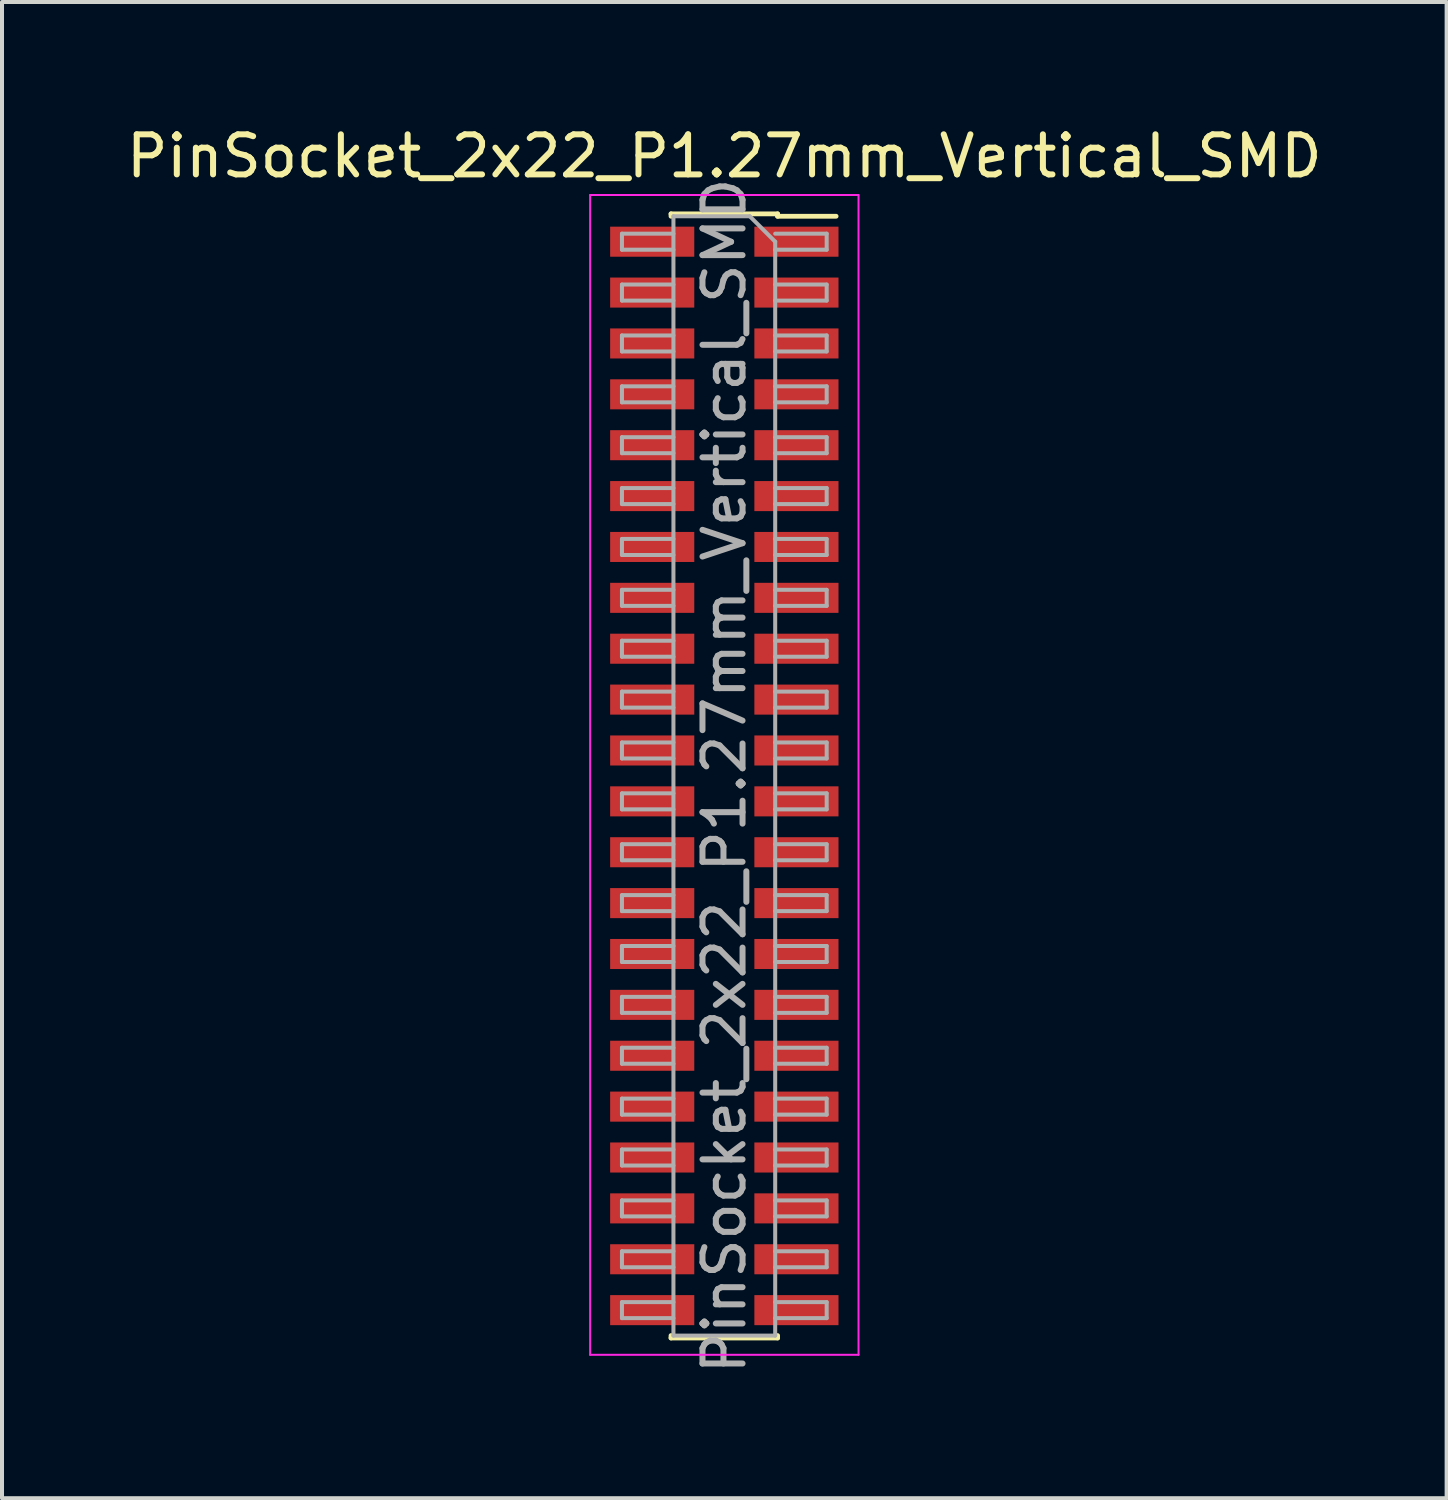
<source format=kicad_pcb>
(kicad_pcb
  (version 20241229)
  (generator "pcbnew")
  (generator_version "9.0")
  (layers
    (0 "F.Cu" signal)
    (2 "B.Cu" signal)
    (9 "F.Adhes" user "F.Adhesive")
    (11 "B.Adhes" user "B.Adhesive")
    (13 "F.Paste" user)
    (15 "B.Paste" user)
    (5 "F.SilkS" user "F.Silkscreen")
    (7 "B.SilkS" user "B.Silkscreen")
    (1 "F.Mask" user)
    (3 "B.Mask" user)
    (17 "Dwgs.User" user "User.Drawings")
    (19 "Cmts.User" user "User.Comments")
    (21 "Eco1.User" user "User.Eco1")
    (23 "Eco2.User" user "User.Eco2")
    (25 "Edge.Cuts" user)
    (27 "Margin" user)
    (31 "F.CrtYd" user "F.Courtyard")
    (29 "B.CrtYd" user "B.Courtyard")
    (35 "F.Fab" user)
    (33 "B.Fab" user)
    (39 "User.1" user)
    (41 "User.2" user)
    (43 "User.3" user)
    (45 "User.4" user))
  (footprint "PinSocket_2x22_P1.27mm_Vertical_SMD"
    (layer "F.Cu")
    (at 15.03 16.318)
    (property "Reference" "PinSocket_2x22_P1.27mm_Vertical_SMD" (at 0 -15.47 0) (layer "F.SilkS") (effects (font (size 1 1) (thickness 0.15))))
    (attr smd)
    (fp_line (start -1.33 -14.03) (end -1.33 -13.97) (stroke (width 0.12) (type solid)) (layer "F.SilkS"))
    (fp_line (start -1.33 -14.03) (end 1.33 -14.03) (stroke (width 0.12) (type solid)) (layer "F.SilkS"))
    (fp_line (start -1.33 13.97) (end -1.33 14.03) (stroke (width 0.12) (type solid)) (layer "F.SilkS"))
    (fp_line (start -1.33 14.03) (end 1.33 14.03) (stroke (width 0.12) (type solid)) (layer "F.SilkS"))
    (fp_line (start 1.33 -14.03) (end 1.33 -13.97) (stroke (width 0.12) (type solid)) (layer "F.SilkS"))
    (fp_line (start 1.33 -13.97) (end 2.79 -13.97) (stroke (width 0.12) (type solid)) (layer "F.SilkS"))
    (fp_line (start 1.33 13.97) (end 1.33 14.03) (stroke (width 0.12) (type solid)) (layer "F.SilkS"))
    (fp_line (start -3.35 -14.5) (end 3.35 -14.5) (stroke (width 0.05) (type solid)) (layer "F.CrtYd"))
    (fp_line (start -3.35 14.45) (end -3.35 -14.5) (stroke (width 0.05) (type solid)) (layer "F.CrtYd"))
    (fp_line (start 3.35 -14.5) (end 3.35 14.45) (stroke (width 0.05) (type solid)) (layer "F.CrtYd"))
    (fp_line (start 3.35 14.45) (end -3.35 14.45) (stroke (width 0.05) (type solid)) (layer "F.CrtYd"))
    (fp_line (start -2.555 -13.535) (end -1.27 -13.535) (stroke (width 0.1) (type solid)) (layer "F.Fab"))
    (fp_line (start -2.555 -13.135) (end -2.555 -13.535) (stroke (width 0.1) (type solid)) (layer "F.Fab"))
    (fp_line (start -2.555 -12.265) (end -1.27 -12.265) (stroke (width 0.1) (type solid)) (layer "F.Fab"))
    (fp_line (start -2.555 -11.865) (end -2.555 -12.265) (stroke (width 0.1) (type solid)) (layer "F.Fab"))
    (fp_line (start -2.555 -10.995) (end -1.27 -10.995) (stroke (width 0.1) (type solid)) (layer "F.Fab"))
    (fp_line (start -2.555 -10.595) (end -2.555 -10.995) (stroke (width 0.1) (type solid)) (layer "F.Fab"))
    (fp_line (start -2.555 -9.725) (end -1.27 -9.725) (stroke (width 0.1) (type solid)) (layer "F.Fab"))
    (fp_line (start -2.555 -9.325) (end -2.555 -9.725) (stroke (width 0.1) (type solid)) (layer "F.Fab"))
    (fp_line (start -2.555 -8.455) (end -1.27 -8.455) (stroke (width 0.1) (type solid)) (layer "F.Fab"))
    (fp_line (start -2.555 -8.055) (end -2.555 -8.455) (stroke (width 0.1) (type solid)) (layer "F.Fab"))
    (fp_line (start -2.555 -7.185) (end -1.27 -7.185) (stroke (width 0.1) (type solid)) (layer "F.Fab"))
    (fp_line (start -2.555 -6.785) (end -2.555 -7.185) (stroke (width 0.1) (type solid)) (layer "F.Fab"))
    (fp_line (start -2.555 -5.915) (end -1.27 -5.915) (stroke (width 0.1) (type solid)) (layer "F.Fab"))
    (fp_line (start -2.555 -5.515) (end -2.555 -5.915) (stroke (width 0.1) (type solid)) (layer "F.Fab"))
    (fp_line (start -2.555 -4.645) (end -1.27 -4.645) (stroke (width 0.1) (type solid)) (layer "F.Fab"))
    (fp_line (start -2.555 -4.245) (end -2.555 -4.645) (stroke (width 0.1) (type solid)) (layer "F.Fab"))
    (fp_line (start -2.555 -3.375) (end -1.27 -3.375) (stroke (width 0.1) (type solid)) (layer "F.Fab"))
    (fp_line (start -2.555 -2.975) (end -2.555 -3.375) (stroke (width 0.1) (type solid)) (layer "F.Fab"))
    (fp_line (start -2.555 -2.105) (end -1.27 -2.105) (stroke (width 0.1) (type solid)) (layer "F.Fab"))
    (fp_line (start -2.555 -1.705) (end -2.555 -2.105) (stroke (width 0.1) (type solid)) (layer "F.Fab"))
    (fp_line (start -2.555 -0.835) (end -1.27 -0.835) (stroke (width 0.1) (type solid)) (layer "F.Fab"))
    (fp_line (start -2.555 -0.435) (end -2.555 -0.835) (stroke (width 0.1) (type solid)) (layer "F.Fab"))
    (fp_line (start -2.555 0.435) (end -1.27 0.435) (stroke (width 0.1) (type solid)) (layer "F.Fab"))
    (fp_line (start -2.555 0.835) (end -2.555 0.435) (stroke (width 0.1) (type solid)) (layer "F.Fab"))
    (fp_line (start -2.555 1.705) (end -1.27 1.705) (stroke (width 0.1) (type solid)) (layer "F.Fab"))
    (fp_line (start -2.555 2.105) (end -2.555 1.705) (stroke (width 0.1) (type solid)) (layer "F.Fab"))
    (fp_line (start -2.555 2.975) (end -1.27 2.975) (stroke (width 0.1) (type solid)) (layer "F.Fab"))
    (fp_line (start -2.555 3.375) (end -2.555 2.975) (stroke (width 0.1) (type solid)) (layer "F.Fab"))
    (fp_line (start -2.555 4.245) (end -1.27 4.245) (stroke (width 0.1) (type solid)) (layer "F.Fab"))
    (fp_line (start -2.555 4.645) (end -2.555 4.245) (stroke (width 0.1) (type solid)) (layer "F.Fab"))
    (fp_line (start -2.555 5.515) (end -1.27 5.515) (stroke (width 0.1) (type solid)) (layer "F.Fab"))
    (fp_line (start -2.555 5.915) (end -2.555 5.515) (stroke (width 0.1) (type solid)) (layer "F.Fab"))
    (fp_line (start -2.555 6.785) (end -1.27 6.785) (stroke (width 0.1) (type solid)) (layer "F.Fab"))
    (fp_line (start -2.555 7.185) (end -2.555 6.785) (stroke (width 0.1) (type solid)) (layer "F.Fab"))
    (fp_line (start -2.555 8.055) (end -1.27 8.055) (stroke (width 0.1) (type solid)) (layer "F.Fab"))
    (fp_line (start -2.555 8.455) (end -2.555 8.055) (stroke (width 0.1) (type solid)) (layer "F.Fab"))
    (fp_line (start -2.555 9.325) (end -1.27 9.325) (stroke (width 0.1) (type solid)) (layer "F.Fab"))
    (fp_line (start -2.555 9.725) (end -2.555 9.325) (stroke (width 0.1) (type solid)) (layer "F.Fab"))
    (fp_line (start -2.555 10.595) (end -1.27 10.595) (stroke (width 0.1) (type solid)) (layer "F.Fab"))
    (fp_line (start -2.555 10.995) (end -2.555 10.595) (stroke (width 0.1) (type solid)) (layer "F.Fab"))
    (fp_line (start -2.555 11.865) (end -1.27 11.865) (stroke (width 0.1) (type solid)) (layer "F.Fab"))
    (fp_line (start -2.555 12.265) (end -2.555 11.865) (stroke (width 0.1) (type solid)) (layer "F.Fab"))
    (fp_line (start -2.555 13.135) (end -1.27 13.135) (stroke (width 0.1) (type solid)) (layer "F.Fab"))
    (fp_line (start -2.555 13.535) (end -2.555 13.135) (stroke (width 0.1) (type solid)) (layer "F.Fab"))
    (fp_line (start -1.27 -13.97) (end 0.635 -13.97) (stroke (width 0.1) (type solid)) (layer "F.Fab"))
    (fp_line (start -1.27 -13.135) (end -2.555 -13.135) (stroke (width 0.1) (type solid)) (layer "F.Fab"))
    (fp_line (start -1.27 -11.865) (end -2.555 -11.865) (stroke (width 0.1) (type solid)) (layer "F.Fab"))
    (fp_line (start -1.27 -10.595) (end -2.555 -10.595) (stroke (width 0.1) (type solid)) (layer "F.Fab"))
    (fp_line (start -1.27 -9.325) (end -2.555 -9.325) (stroke (width 0.1) (type solid)) (layer "F.Fab"))
    (fp_line (start -1.27 -8.055) (end -2.555 -8.055) (stroke (width 0.1) (type solid)) (layer "F.Fab"))
    (fp_line (start -1.27 -6.785) (end -2.555 -6.785) (stroke (width 0.1) (type solid)) (layer "F.Fab"))
    (fp_line (start -1.27 -5.515) (end -2.555 -5.515) (stroke (width 0.1) (type solid)) (layer "F.Fab"))
    (fp_line (start -1.27 -4.245) (end -2.555 -4.245) (stroke (width 0.1) (type solid)) (layer "F.Fab"))
    (fp_line (start -1.27 -2.975) (end -2.555 -2.975) (stroke (width 0.1) (type solid)) (layer "F.Fab"))
    (fp_line (start -1.27 -1.705) (end -2.555 -1.705) (stroke (width 0.1) (type solid)) (layer "F.Fab"))
    (fp_line (start -1.27 -0.435) (end -2.555 -0.435) (stroke (width 0.1) (type solid)) (layer "F.Fab"))
    (fp_line (start -1.27 0.835) (end -2.555 0.835) (stroke (width 0.1) (type solid)) (layer "F.Fab"))
    (fp_line (start -1.27 2.105) (end -2.555 2.105) (stroke (width 0.1) (type solid)) (layer "F.Fab"))
    (fp_line (start -1.27 3.375) (end -2.555 3.375) (stroke (width 0.1) (type solid)) (layer "F.Fab"))
    (fp_line (start -1.27 4.645) (end -2.555 4.645) (stroke (width 0.1) (type solid)) (layer "F.Fab"))
    (fp_line (start -1.27 5.915) (end -2.555 5.915) (stroke (width 0.1) (type solid)) (layer "F.Fab"))
    (fp_line (start -1.27 7.185) (end -2.555 7.185) (stroke (width 0.1) (type solid)) (layer "F.Fab"))
    (fp_line (start -1.27 8.455) (end -2.555 8.455) (stroke (width 0.1) (type solid)) (layer "F.Fab"))
    (fp_line (start -1.27 9.725) (end -2.555 9.725) (stroke (width 0.1) (type solid)) (layer "F.Fab"))
    (fp_line (start -1.27 10.995) (end -2.555 10.995) (stroke (width 0.1) (type solid)) (layer "F.Fab"))
    (fp_line (start -1.27 12.265) (end -2.555 12.265) (stroke (width 0.1) (type solid)) (layer "F.Fab"))
    (fp_line (start -1.27 13.535) (end -2.555 13.535) (stroke (width 0.1) (type solid)) (layer "F.Fab"))
    (fp_line (start -1.27 13.97) (end -1.27 -13.97) (stroke (width 0.1) (type solid)) (layer "F.Fab"))
    (fp_line (start 0.635 -13.97) (end 1.27 -13.335) (stroke (width 0.1) (type solid)) (layer "F.Fab"))
    (fp_line (start 1.27 -13.535) (end 2.555 -13.535) (stroke (width 0.1) (type solid)) (layer "F.Fab"))
    (fp_line (start 1.27 -13.335) (end 1.27 13.97) (stroke (width 0.1) (type solid)) (layer "F.Fab"))
    (fp_line (start 1.27 -12.265) (end 2.555 -12.265) (stroke (width 0.1) (type solid)) (layer "F.Fab"))
    (fp_line (start 1.27 -10.995) (end 2.555 -10.995) (stroke (width 0.1) (type solid)) (layer "F.Fab"))
    (fp_line (start 1.27 -9.725) (end 2.555 -9.725) (stroke (width 0.1) (type solid)) (layer "F.Fab"))
    (fp_line (start 1.27 -8.455) (end 2.555 -8.455) (stroke (width 0.1) (type solid)) (layer "F.Fab"))
    (fp_line (start 1.27 -7.185) (end 2.555 -7.185) (stroke (width 0.1) (type solid)) (layer "F.Fab"))
    (fp_line (start 1.27 -5.915) (end 2.555 -5.915) (stroke (width 0.1) (type solid)) (layer "F.Fab"))
    (fp_line (start 1.27 -4.645) (end 2.555 -4.645) (stroke (width 0.1) (type solid)) (layer "F.Fab"))
    (fp_line (start 1.27 -3.375) (end 2.555 -3.375) (stroke (width 0.1) (type solid)) (layer "F.Fab"))
    (fp_line (start 1.27 -2.105) (end 2.555 -2.105) (stroke (width 0.1) (type solid)) (layer "F.Fab"))
    (fp_line (start 1.27 -0.835) (end 2.555 -0.835) (stroke (width 0.1) (type solid)) (layer "F.Fab"))
    (fp_line (start 1.27 0.435) (end 2.555 0.435) (stroke (width 0.1) (type solid)) (layer "F.Fab"))
    (fp_line (start 1.27 1.705) (end 2.555 1.705) (stroke (width 0.1) (type solid)) (layer "F.Fab"))
    (fp_line (start 1.27 2.975) (end 2.555 2.975) (stroke (width 0.1) (type solid)) (layer "F.Fab"))
    (fp_line (start 1.27 4.245) (end 2.555 4.245) (stroke (width 0.1) (type solid)) (layer "F.Fab"))
    (fp_line (start 1.27 5.515) (end 2.555 5.515) (stroke (width 0.1) (type solid)) (layer "F.Fab"))
    (fp_line (start 1.27 6.785) (end 2.555 6.785) (stroke (width 0.1) (type solid)) (layer "F.Fab"))
    (fp_line (start 1.27 8.055) (end 2.555 8.055) (stroke (width 0.1) (type solid)) (layer "F.Fab"))
    (fp_line (start 1.27 9.325) (end 2.555 9.325) (stroke (width 0.1) (type solid)) (layer "F.Fab"))
    (fp_line (start 1.27 10.595) (end 2.555 10.595) (stroke (width 0.1) (type solid)) (layer "F.Fab"))
    (fp_line (start 1.27 11.865) (end 2.555 11.865) (stroke (width 0.1) (type solid)) (layer "F.Fab"))
    (fp_line (start 1.27 13.135) (end 2.555 13.135) (stroke (width 0.1) (type solid)) (layer "F.Fab"))
    (fp_line (start 1.27 13.97) (end -1.27 13.97) (stroke (width 0.1) (type solid)) (layer "F.Fab"))
    (fp_line (start 2.555 -13.535) (end 2.555 -13.135) (stroke (width 0.1) (type solid)) (layer "F.Fab"))
    (fp_line (start 2.555 -13.135) (end 1.27 -13.135) (stroke (width 0.1) (type solid)) (layer "F.Fab"))
    (fp_line (start 2.555 -12.265) (end 2.555 -11.865) (stroke (width 0.1) (type solid)) (layer "F.Fab"))
    (fp_line (start 2.555 -11.865) (end 1.27 -11.865) (stroke (width 0.1) (type solid)) (layer "F.Fab"))
    (fp_line (start 2.555 -10.995) (end 2.555 -10.595) (stroke (width 0.1) (type solid)) (layer "F.Fab"))
    (fp_line (start 2.555 -10.595) (end 1.27 -10.595) (stroke (width 0.1) (type solid)) (layer "F.Fab"))
    (fp_line (start 2.555 -9.725) (end 2.555 -9.325) (stroke (width 0.1) (type solid)) (layer "F.Fab"))
    (fp_line (start 2.555 -9.325) (end 1.27 -9.325) (stroke (width 0.1) (type solid)) (layer "F.Fab"))
    (fp_line (start 2.555 -8.455) (end 2.555 -8.055) (stroke (width 0.1) (type solid)) (layer "F.Fab"))
    (fp_line (start 2.555 -8.055) (end 1.27 -8.055) (stroke (width 0.1) (type solid)) (layer "F.Fab"))
    (fp_line (start 2.555 -7.185) (end 2.555 -6.785) (stroke (width 0.1) (type solid)) (layer "F.Fab"))
    (fp_line (start 2.555 -6.785) (end 1.27 -6.785) (stroke (width 0.1) (type solid)) (layer "F.Fab"))
    (fp_line (start 2.555 -5.915) (end 2.555 -5.515) (stroke (width 0.1) (type solid)) (layer "F.Fab"))
    (fp_line (start 2.555 -5.515) (end 1.27 -5.515) (stroke (width 0.1) (type solid)) (layer "F.Fab"))
    (fp_line (start 2.555 -4.645) (end 2.555 -4.245) (stroke (width 0.1) (type solid)) (layer "F.Fab"))
    (fp_line (start 2.555 -4.245) (end 1.27 -4.245) (stroke (width 0.1) (type solid)) (layer "F.Fab"))
    (fp_line (start 2.555 -3.375) (end 2.555 -2.975) (stroke (width 0.1) (type solid)) (layer "F.Fab"))
    (fp_line (start 2.555 -2.975) (end 1.27 -2.975) (stroke (width 0.1) (type solid)) (layer "F.Fab"))
    (fp_line (start 2.555 -2.105) (end 2.555 -1.705) (stroke (width 0.1) (type solid)) (layer "F.Fab"))
    (fp_line (start 2.555 -1.705) (end 1.27 -1.705) (stroke (width 0.1) (type solid)) (layer "F.Fab"))
    (fp_line (start 2.555 -0.835) (end 2.555 -0.435) (stroke (width 0.1) (type solid)) (layer "F.Fab"))
    (fp_line (start 2.555 -0.435) (end 1.27 -0.435) (stroke (width 0.1) (type solid)) (layer "F.Fab"))
    (fp_line (start 2.555 0.435) (end 2.555 0.835) (stroke (width 0.1) (type solid)) (layer "F.Fab"))
    (fp_line (start 2.555 0.835) (end 1.27 0.835) (stroke (width 0.1) (type solid)) (layer "F.Fab"))
    (fp_line (start 2.555 1.705) (end 2.555 2.105) (stroke (width 0.1) (type solid)) (layer "F.Fab"))
    (fp_line (start 2.555 2.105) (end 1.27 2.105) (stroke (width 0.1) (type solid)) (layer "F.Fab"))
    (fp_line (start 2.555 2.975) (end 2.555 3.375) (stroke (width 0.1) (type solid)) (layer "F.Fab"))
    (fp_line (start 2.555 3.375) (end 1.27 3.375) (stroke (width 0.1) (type solid)) (layer "F.Fab"))
    (fp_line (start 2.555 4.245) (end 2.555 4.645) (stroke (width 0.1) (type solid)) (layer "F.Fab"))
    (fp_line (start 2.555 4.645) (end 1.27 4.645) (stroke (width 0.1) (type solid)) (layer "F.Fab"))
    (fp_line (start 2.555 5.515) (end 2.555 5.915) (stroke (width 0.1) (type solid)) (layer "F.Fab"))
    (fp_line (start 2.555 5.915) (end 1.27 5.915) (stroke (width 0.1) (type solid)) (layer "F.Fab"))
    (fp_line (start 2.555 6.785) (end 2.555 7.185) (stroke (width 0.1) (type solid)) (layer "F.Fab"))
    (fp_line (start 2.555 7.185) (end 1.27 7.185) (stroke (width 0.1) (type solid)) (layer "F.Fab"))
    (fp_line (start 2.555 8.055) (end 2.555 8.455) (stroke (width 0.1) (type solid)) (layer "F.Fab"))
    (fp_line (start 2.555 8.455) (end 1.27 8.455) (stroke (width 0.1) (type solid)) (layer "F.Fab"))
    (fp_line (start 2.555 9.325) (end 2.555 9.725) (stroke (width 0.1) (type solid)) (layer "F.Fab"))
    (fp_line (start 2.555 9.725) (end 1.27 9.725) (stroke (width 0.1) (type solid)) (layer "F.Fab"))
    (fp_line (start 2.555 10.595) (end 2.555 10.995) (stroke (width 0.1) (type solid)) (layer "F.Fab"))
    (fp_line (start 2.555 10.995) (end 1.27 10.995) (stroke (width 0.1) (type solid)) (layer "F.Fab"))
    (fp_line (start 2.555 11.865) (end 2.555 12.265) (stroke (width 0.1) (type solid)) (layer "F.Fab"))
    (fp_line (start 2.555 12.265) (end 1.27 12.265) (stroke (width 0.1) (type solid)) (layer "F.Fab"))
    (fp_line (start 2.555 13.135) (end 2.555 13.535) (stroke (width 0.1) (type solid)) (layer "F.Fab"))
    (fp_line (start 2.555 13.535) (end 1.27 13.535) (stroke (width 0.1) (type solid)) (layer "F.Fab"))
    (fp_text user "${REFERENCE}" (at 0 0 90) (layer "F.Fab") (effects (font (size 1 1) (thickness 0.15))))
    (pad "1" smd rect (at 1.8 -13.335) (size 2.1 0.75) (layers "F.Cu" "F.Mask" "F.Paste"))
    (pad "2" smd rect (at -1.8 -13.335) (size 2.1 0.75) (layers "F.Cu" "F.Mask" "F.Paste"))
    (pad "3" smd rect (at 1.8 -12.065) (size 2.1 0.75) (layers "F.Cu" "F.Mask" "F.Paste"))
    (pad "4" smd rect (at -1.8 -12.065) (size 2.1 0.75) (layers "F.Cu" "F.Mask" "F.Paste"))
    (pad "5" smd rect (at 1.8 -10.795) (size 2.1 0.75) (layers "F.Cu" "F.Mask" "F.Paste"))
    (pad "6" smd rect (at -1.8 -10.795) (size 2.1 0.75) (layers "F.Cu" "F.Mask" "F.Paste"))
    (pad "7" smd rect (at 1.8 -9.525) (size 2.1 0.75) (layers "F.Cu" "F.Mask" "F.Paste"))
    (pad "8" smd rect (at -1.8 -9.525) (size 2.1 0.75) (layers "F.Cu" "F.Mask" "F.Paste"))
    (pad "9" smd rect (at 1.8 -8.255) (size 2.1 0.75) (layers "F.Cu" "F.Mask" "F.Paste"))
    (pad "10" smd rect (at -1.8 -8.255) (size 2.1 0.75) (layers "F.Cu" "F.Mask" "F.Paste"))
    (pad "11" smd rect (at 1.8 -6.985) (size 2.1 0.75) (layers "F.Cu" "F.Mask" "F.Paste"))
    (pad "12" smd rect (at -1.8 -6.985) (size 2.1 0.75) (layers "F.Cu" "F.Mask" "F.Paste"))
    (pad "13" smd rect (at 1.8 -5.715) (size 2.1 0.75) (layers "F.Cu" "F.Mask" "F.Paste"))
    (pad "14" smd rect (at -1.8 -5.715) (size 2.1 0.75) (layers "F.Cu" "F.Mask" "F.Paste"))
    (pad "15" smd rect (at 1.8 -4.445) (size 2.1 0.75) (layers "F.Cu" "F.Mask" "F.Paste"))
    (pad "16" smd rect (at -1.8 -4.445) (size 2.1 0.75) (layers "F.Cu" "F.Mask" "F.Paste"))
    (pad "17" smd rect (at 1.8 -3.175) (size 2.1 0.75) (layers "F.Cu" "F.Mask" "F.Paste"))
    (pad "18" smd rect (at -1.8 -3.175) (size 2.1 0.75) (layers "F.Cu" "F.Mask" "F.Paste"))
    (pad "19" smd rect (at 1.8 -1.905) (size 2.1 0.75) (layers "F.Cu" "F.Mask" "F.Paste"))
    (pad "20" smd rect (at -1.8 -1.905) (size 2.1 0.75) (layers "F.Cu" "F.Mask" "F.Paste"))
    (pad "21" smd rect (at 1.8 -0.635) (size 2.1 0.75) (layers "F.Cu" "F.Mask" "F.Paste"))
    (pad "22" smd rect (at -1.8 -0.635) (size 2.1 0.75) (layers "F.Cu" "F.Mask" "F.Paste"))
    (pad "23" smd rect (at 1.8 0.635) (size 2.1 0.75) (layers "F.Cu" "F.Mask" "F.Paste"))
    (pad "24" smd rect (at -1.8 0.635) (size 2.1 0.75) (layers "F.Cu" "F.Mask" "F.Paste"))
    (pad "25" smd rect (at 1.8 1.905) (size 2.1 0.75) (layers "F.Cu" "F.Mask" "F.Paste"))
    (pad "26" smd rect (at -1.8 1.905) (size 2.1 0.75) (layers "F.Cu" "F.Mask" "F.Paste"))
    (pad "27" smd rect (at 1.8 3.175) (size 2.1 0.75) (layers "F.Cu" "F.Mask" "F.Paste"))
    (pad "28" smd rect (at -1.8 3.175) (size 2.1 0.75) (layers "F.Cu" "F.Mask" "F.Paste"))
    (pad "29" smd rect (at 1.8 4.445) (size 2.1 0.75) (layers "F.Cu" "F.Mask" "F.Paste"))
    (pad "30" smd rect (at -1.8 4.445) (size 2.1 0.75) (layers "F.Cu" "F.Mask" "F.Paste"))
    (pad "31" smd rect (at 1.8 5.715) (size 2.1 0.75) (layers "F.Cu" "F.Mask" "F.Paste"))
    (pad "32" smd rect (at -1.8 5.715) (size 2.1 0.75) (layers "F.Cu" "F.Mask" "F.Paste"))
    (pad "33" smd rect (at 1.8 6.985) (size 2.1 0.75) (layers "F.Cu" "F.Mask" "F.Paste"))
    (pad "34" smd rect (at -1.8 6.985) (size 2.1 0.75) (layers "F.Cu" "F.Mask" "F.Paste"))
    (pad "35" smd rect (at 1.8 8.255) (size 2.1 0.75) (layers "F.Cu" "F.Mask" "F.Paste"))
    (pad "36" smd rect (at -1.8 8.255) (size 2.1 0.75) (layers "F.Cu" "F.Mask" "F.Paste"))
    (pad "37" smd rect (at 1.8 9.525) (size 2.1 0.75) (layers "F.Cu" "F.Mask" "F.Paste"))
    (pad "38" smd rect (at -1.8 9.525) (size 2.1 0.75) (layers "F.Cu" "F.Mask" "F.Paste"))
    (pad "39" smd rect (at 1.8 10.795) (size 2.1 0.75) (layers "F.Cu" "F.Mask" "F.Paste"))
    (pad "40" smd rect (at -1.8 10.795) (size 2.1 0.75) (layers "F.Cu" "F.Mask" "F.Paste"))
    (pad "41" smd rect (at 1.8 12.065) (size 2.1 0.75) (layers "F.Cu" "F.Mask" "F.Paste"))
    (pad "42" smd rect (at -1.8 12.065) (size 2.1 0.75) (layers "F.Cu" "F.Mask" "F.Paste"))
    (pad "43" smd rect (at 1.8 13.335) (size 2.1 0.75) (layers "F.Cu" "F.Mask" "F.Paste"))
    (pad "44" smd rect (at -1.8 13.335) (size 2.1 0.75) (layers "F.Cu" "F.Mask" "F.Paste")))
  (gr_rect
    (start -3 -3)
    (end 33.06 34.348)
    (stroke (width 0.1) (type default))
    (fill no)
    (layer "Edge.Cuts")))
</source>
